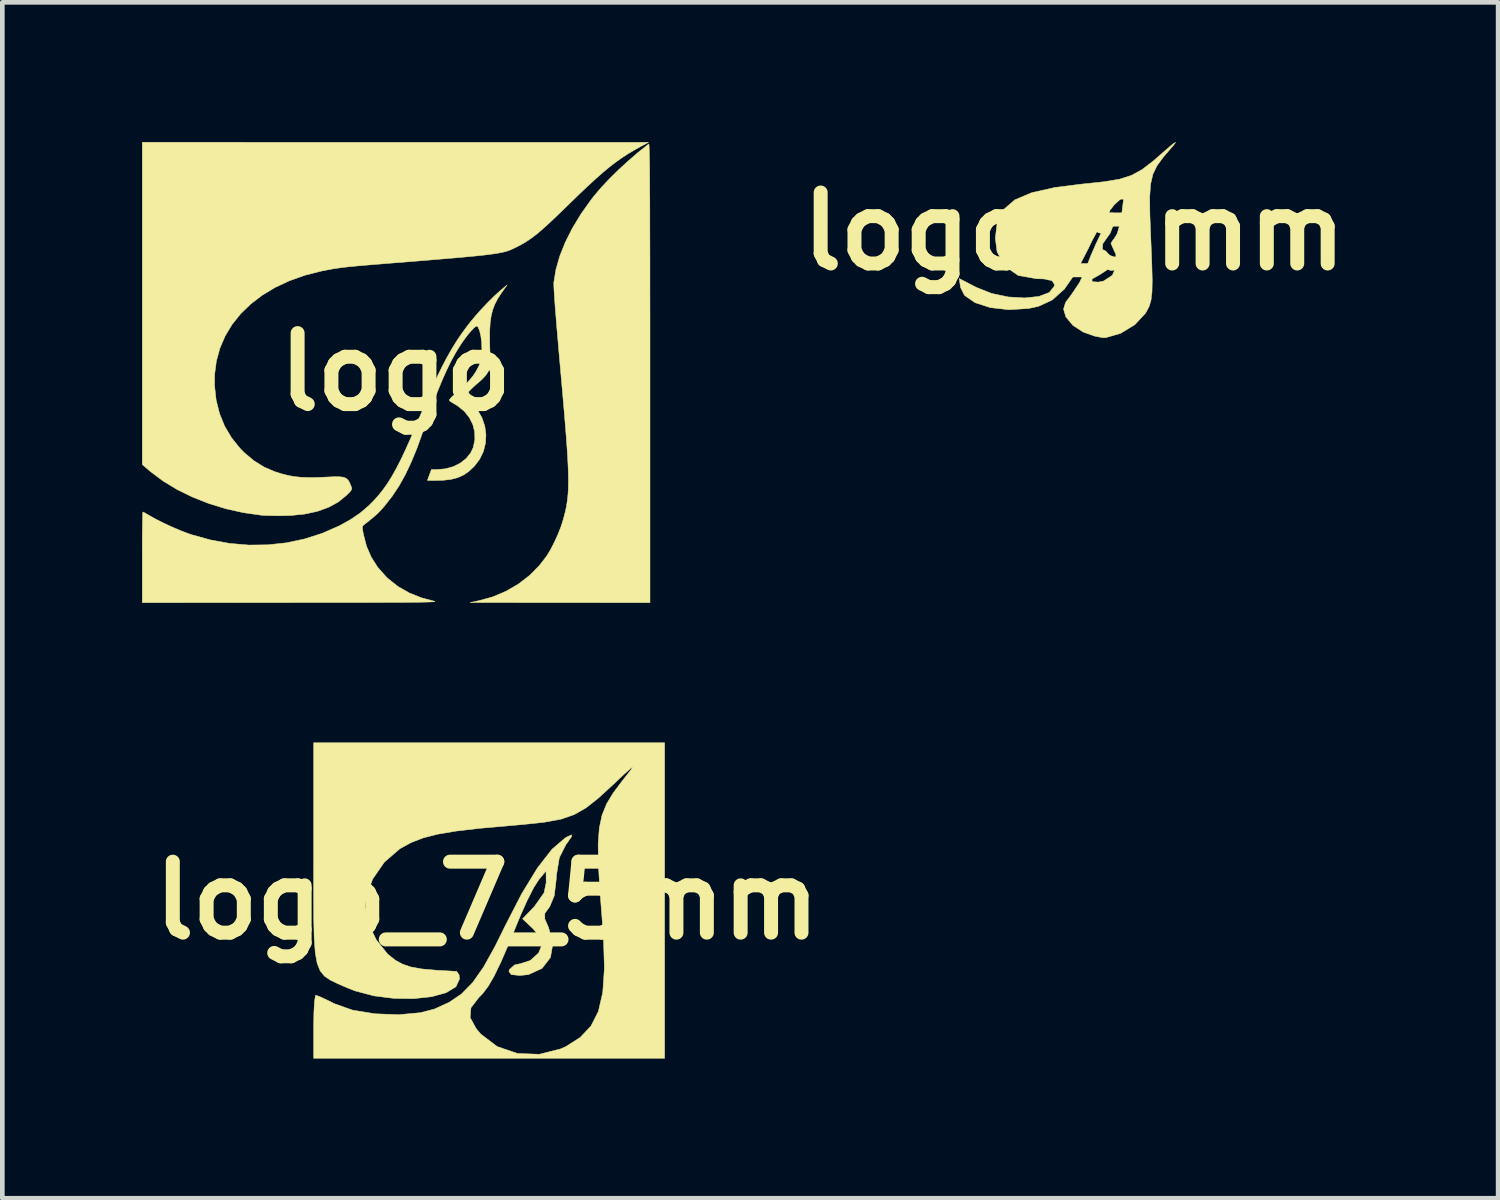
<source format=kicad_pcb>
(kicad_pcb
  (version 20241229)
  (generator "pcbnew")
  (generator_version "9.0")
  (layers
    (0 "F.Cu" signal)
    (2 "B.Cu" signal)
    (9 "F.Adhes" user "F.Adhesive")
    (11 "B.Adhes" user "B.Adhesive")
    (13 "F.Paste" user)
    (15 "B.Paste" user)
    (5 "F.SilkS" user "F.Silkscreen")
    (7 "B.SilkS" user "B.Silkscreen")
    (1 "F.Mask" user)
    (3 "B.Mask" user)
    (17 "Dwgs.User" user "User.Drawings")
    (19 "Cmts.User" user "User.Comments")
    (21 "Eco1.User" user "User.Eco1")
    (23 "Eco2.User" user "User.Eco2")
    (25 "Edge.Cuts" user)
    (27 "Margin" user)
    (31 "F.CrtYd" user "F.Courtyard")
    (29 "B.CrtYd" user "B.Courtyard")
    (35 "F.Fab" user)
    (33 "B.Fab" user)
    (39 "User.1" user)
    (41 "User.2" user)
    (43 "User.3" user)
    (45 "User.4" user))
  (footprint "logo_5mm"
    (layer "F.Cu")
    (at 20.014 1.918)
    (property "Reference" "logo_5mm" (at 0 0 0) (layer "F.SilkS") (effects (font (size 1.524 1.524) (thickness 0.3))))
    (attr through_hole)
    (fp_poly (pts (xy 2.124 -1.838) (xy 2.106 -1.818) (xy 1.916 -1.597) (xy 1.779 -1.411) (xy 1.69 -1.227) (xy 1.64 -1.011) (xy 1.621 -0.729) (xy 1.626 -0.347) (xy 1.646 0.169) (xy 1.647 0.189) (xy 1.667 0.688) (xy 1.676 1.048) (xy 1.671 1.301) (xy 1.65 1.477) (xy 1.611 1.608) (xy 1.551 1.724) (xy 1.527 1.762) (xy 1.302 2.004) (xy 0.997 2.19) (xy 0.684 2.28) (xy 0.617 2.283) (xy 0.437 2.248) (xy 0.206 2.167) (xy 0.191 2.16) (xy -0.027 2.018) (xy -0.177 1.838) (xy -0.181 1.829) (xy -0.228 1.669) (xy -0.185 1.526) (xy -0.061 1.361) (xy 0.116 1.097) (xy 0.252 0.803) (xy 0.258 0.785) (xy 0.347 0.546) (xy 0.466 0.272) (xy 0.594 0.005) (xy 0.709 -0.21) (xy 0.789 -0.328) (xy 0.806 -0.339) (xy 0.85 -0.274) (xy 0.836 -0.125) (xy 0.775 0.037) (xy 0.72 0.115) (xy 0.612 0.269) (xy 0.606 0.388) (xy 0.677 0.423) (xy 0.741 0.496) (xy 0.762 0.637) (xy 0.703 0.83) (xy 0.539 0.936) (xy 0.385 1.021) (xy 0.384 1.08) (xy 0.518 1.089) (xy 0.63 1.067) (xy 0.819 0.944) (xy 0.913 0.73) (xy 0.893 0.487) (xy 0.851 0.399) (xy 0.789 0.255) (xy 0.845 0.17) (xy 0.853 0.165) (xy 0.924 0.049) (xy 0.989 -0.176) (xy 1.015 -0.332) (xy 1.07 -0.763) (xy 0.862 -0.572) (xy 0.736 -0.413) (xy 0.57 -0.143) (xy 0.389 0.191) (xy 0.295 0.386) (xy 0.037 0.884) (xy -0.21 1.239) (xy -0.471 1.473) (xy -0.767 1.61) (xy -0.979 1.656) (xy -1.408 1.682) (xy -1.803 1.636) (xy -2.13 1.53) (xy -2.355 1.373) (xy -2.44 1.204) (xy -2.468 1.012) (xy -2.107 1.2) (xy -1.774 1.332) (xy -1.414 1.408) (xy -1.063 1.429) (xy -0.758 1.397) (xy -0.534 1.312) (xy -0.427 1.177) (xy -0.423 1.14) (xy -0.476 1.058) (xy -0.652 1.021) (xy -0.811 1.016) (xy -1.201 0.947) (xy -1.487 0.749) (xy -1.655 0.439) (xy -1.693 0.145) (xy -1.652 -0.197) (xy -1.518 -0.467) (xy -1.276 -0.676) (xy -0.911 -0.831) (xy -0.408 -0.944) (xy 0.175 -1.017) (xy 0.634 -1.065) (xy 0.969 -1.12) (xy 1.229 -1.202) (xy 1.459 -1.328) (xy 1.705 -1.517) (xy 1.94 -1.723) (xy 2.116 -1.874) (xy 2.179 -1.913) (xy 2.124 -1.838)) (stroke (width 0.01) (type solid)) (fill yes) (layer "F.SilkS")))
  (footprint "logo_7_5mm"
    (layer "F.Cu")
    (at 7.41 16.286)
    (property "Reference" "logo_7_5mm" (at 0 0 0) (layer "F.SilkS") (effects (font (size 1.524 1.524) (thickness 0.3))))
    (attr through_hole)
    (fp_poly (pts (xy 3.81 3.387) (xy -3.725 3.387) (xy -3.725 2.709) (xy -3.72 2.395) (xy -3.706 2.158) (xy -3.686 2.039) (xy -3.68 2.032) (xy -3.584 2.068) (xy -3.392 2.158) (xy -3.277 2.216) (xy -2.892 2.352) (xy -2.411 2.431) (xy -1.901 2.451) (xy -1.427 2.407) (xy -1.132 2.329) (xy -0.816 2.185) (xy -0.549 2.004) (xy -0.31 1.76) (xy -0.076 1.426) (xy 0.173 0.977) (xy 0.383 0.551) (xy 0.742 -0.147) (xy 1.08 -0.7) (xy 1.392 -1.101) (xy 1.675 -1.344) (xy 1.709 -1.363) (xy 1.811 -1.411) (xy 1.816 -1.378) (xy 1.721 -1.241) (xy 1.69 -1.199) (xy 1.55 -0.922) (xy 1.489 -0.553) (xy 1.485 -0.474) (xy 1.441 -0.104) (xy 1.342 0.134) (xy 1.327 0.153) (xy 1.238 0.275) (xy 1.238 0.395) (xy 1.318 0.579) (xy 1.412 0.92) (xy 1.359 1.223) (xy 1.178 1.457) (xy 0.887 1.59) (xy 0.703 1.609) (xy 0.517 1.59) (xy 0.467 1.522) (xy 0.477 1.482) (xy 0.591 1.381) (xy 0.716 1.355) (xy 0.927 1.287) (xy 1.105 1.125) (xy 1.185 0.928) (xy 1.185 0.918) (xy 1.128 0.778) (xy 0.987 0.606) (xy 0.972 0.592) (xy 0.76 0.392) (xy 1.015 0.128) (xy 1.222 -0.167) (xy 1.267 -0.385) (xy 1.264 -0.635) (xy 1.106 -0.445) (xy 1 -0.278) (xy 0.861 -0.005) (xy 0.715 0.322) (xy 0.682 0.401) (xy 0.463 0.934) (xy 0.29 1.333) (xy 0.148 1.625) (xy 0.025 1.837) (xy -0.093 1.994) (xy -0.183 2.087) (xy -0.348 2.302) (xy -0.366 2.512) (xy -0.235 2.751) (xy -0.138 2.866) (xy 0.216 3.135) (xy 0.649 3.283) (xy 1.12 3.301) (xy 1.584 3.183) (xy 1.69 3.135) (xy 1.998 2.939) (xy 2.229 2.694) (xy 2.388 2.38) (xy 2.482 1.974) (xy 2.517 1.457) (xy 2.498 0.808) (xy 2.472 0.447) (xy 2.419 -0.241) (xy 2.388 -0.786) (xy 2.383 -1.215) (xy 2.408 -1.556) (xy 2.467 -1.834) (xy 2.565 -2.076) (xy 2.705 -2.308) (xy 2.891 -2.557) (xy 2.939 -2.618) (xy 3.076 -2.792) (xy 3.128 -2.868) (xy 3.085 -2.842) (xy 2.938 -2.71) (xy 2.704 -2.489) (xy 2.389 -2.2) (xy 2.124 -1.991) (xy 1.869 -1.845) (xy 1.585 -1.747) (xy 1.23 -1.682) (xy 0.766 -1.632) (xy 0.498 -1.609) (xy -0.153 -1.551) (xy -0.663 -1.492) (xy -1.061 -1.425) (xy -1.374 -1.345) (xy -1.632 -1.245) (xy -1.861 -1.12) (xy -1.882 -1.106) (xy -2.207 -0.825) (xy -2.458 -0.462) (xy -2.603 -0.072) (xy -2.625 0.127) (xy -2.557 0.477) (xy -2.382 0.841) (xy -2.136 1.15) (xy -1.972 1.281) (xy -1.814 1.366) (xy -1.639 1.426) (xy -1.408 1.468) (xy -1.084 1.497) (xy -0.656 1.521) (xy -0.603 1.594) (xy -0.593 1.684) (xy -0.67 1.851) (xy -0.881 1.979) (xy -1.194 2.065) (xy -1.578 2.106) (xy -2 2.101) (xy -2.43 2.047) (xy -2.836 1.94) (xy -3.003 1.874) (xy -3.208 1.785) (xy -3.37 1.707) (xy -3.494 1.622) (xy -3.586 1.509) (xy -3.65 1.348) (xy -3.691 1.119) (xy -3.714 0.804) (xy -3.724 0.382) (xy -3.726 -0.167) (xy -3.725 -0.862) (xy -3.725 -0.987) (xy -3.725 -3.387) (xy 3.81 -3.387) (xy 3.81 3.387)) (stroke (width 0.01) (type solid)) (fill yes) (layer "F.SilkS")))
  (footprint "logo"
    (layer "F.Cu")
    (at 5.445 4.937)
    (property "Reference" "logo" (at 0 0 0) (layer "F.SilkS") (effects (font (size 1.524 1.524) (thickness 0.3))))
    (attr through_hole)
    (fp_poly (pts (xy 5.438 -4.891) (xy 5.44 -4.87) (xy 5.443 -4.832) (xy 5.445 -4.776) (xy 5.447 -4.7) (xy 5.449 -4.602) (xy 5.451 -4.483) (xy 5.453 -4.339) (xy 5.454 -4.17) (xy 5.455 -3.974) (xy 5.457 -3.751) (xy 5.458 -3.497) (xy 5.458 -3.214) (xy 5.459 -2.898) (xy 5.46 -2.548) (xy 5.46 -2.164) (xy 5.46 -1.744) (xy 5.461 -1.286) (xy 5.461 -0.789) (xy 5.461 -0.251) (xy 5.461 0.019) (xy 5.461 4.953) (xy 3.53 4.952) (xy 1.598 4.95) (xy 1.789 4.91) (xy 2.088 4.827) (xy 2.371 4.707) (xy 2.634 4.554) (xy 2.873 4.37) (xy 3.085 4.157) (xy 3.24 3.956) (xy 3.321 3.824) (xy 3.403 3.665) (xy 3.481 3.496) (xy 3.547 3.329) (xy 3.587 3.207) (xy 3.615 3.107) (xy 3.64 3.011) (xy 3.661 2.916) (xy 3.678 2.82) (xy 3.692 2.719) (xy 3.702 2.612) (xy 3.708 2.494) (xy 3.71 2.364) (xy 3.709 2.218) (xy 3.704 2.053) (xy 3.695 1.867) (xy 3.682 1.657) (xy 3.665 1.42) (xy 3.644 1.152) (xy 3.619 0.852) (xy 3.59 0.517) (xy 3.557 0.143) (xy 3.547 0.032) (xy 3.514 -0.337) (xy 3.486 -0.664) (xy 3.461 -0.952) (xy 3.441 -1.201) (xy 3.424 -1.411) (xy 3.412 -1.585) (xy 3.403 -1.723) (xy 3.398 -1.826) (xy 3.396 -1.896) (xy 3.397 -1.926) (xy 3.442 -2.201) (xy 3.524 -2.488) (xy 3.642 -2.784) (xy 3.794 -3.086) (xy 3.978 -3.39) (xy 4.193 -3.693) (xy 4.268 -3.789) (xy 4.413 -3.959) (xy 4.587 -4.144) (xy 4.781 -4.336) (xy 4.989 -4.527) (xy 5.202 -4.711) (xy 5.413 -4.879) (xy 5.435 -4.896) (xy 5.438 -4.891)) (stroke (width 0.01) (type solid)) (fill yes) (layer "F.SilkS"))
    (fp_poly (pts (xy -0.005 -4.931) (xy 5.429 -4.931) (xy 5.255 -4.838) (xy 5.116 -4.76) (xy 4.984 -4.682) (xy 4.856 -4.598) (xy 4.727 -4.506) (xy 4.594 -4.404) (xy 4.453 -4.287) (xy 4.3 -4.152) (xy 4.131 -3.997) (xy 3.943 -3.819) (xy 3.731 -3.613) (xy 3.651 -3.535) (xy 3.472 -3.362) (xy 3.318 -3.216) (xy 3.184 -3.094) (xy 3.067 -2.992) (xy 2.96 -2.907) (xy 2.861 -2.836) (xy 2.765 -2.775) (xy 2.668 -2.72) (xy 2.607 -2.689) (xy 2.561 -2.666) (xy 2.517 -2.645) (xy 2.474 -2.626) (xy 2.43 -2.608) (xy 2.381 -2.592) (xy 2.325 -2.577) (xy 2.261 -2.563) (xy 2.185 -2.549) (xy 2.096 -2.535) (xy 1.99 -2.521) (xy 1.867 -2.506) (xy 1.722 -2.491) (xy 1.554 -2.475) (xy 1.36 -2.457) (xy 1.139 -2.438) (xy 0.887 -2.417) (xy 0.602 -2.393) (xy 0.282 -2.367) (xy -0.075 -2.339) (xy -0.455 -2.308) (xy -0.671 -2.29) (xy -0.852 -2.274) (xy -1.005 -2.259) (xy -1.136 -2.244) (xy -1.254 -2.228) (xy -1.365 -2.211) (xy -1.475 -2.19) (xy -1.593 -2.167) (xy -1.951 -2.076) (xy -2.283 -1.958) (xy -2.588 -1.815) (xy -2.865 -1.648) (xy -3.112 -1.459) (xy -3.328 -1.25) (xy -3.511 -1.021) (xy -3.66 -0.774) (xy -3.773 -0.511) (xy -3.849 -0.234) (xy -3.887 0.056) (xy -3.888 0.296) (xy -3.854 0.603) (xy -3.782 0.891) (xy -3.673 1.16) (xy -3.526 1.409) (xy -3.344 1.637) (xy -3.254 1.729) (xy -3.044 1.905) (xy -2.822 2.043) (xy -2.593 2.141) (xy -2.446 2.187) (xy -2.309 2.222) (xy -2.171 2.247) (xy -2.025 2.261) (xy -1.863 2.267) (xy -1.676 2.265) (xy -1.459 2.255) (xy -1.314 2.249) (xy -1.204 2.25) (xy -1.123 2.259) (xy -1.065 2.282) (xy -1.022 2.319) (xy -0.989 2.374) (xy -0.958 2.449) (xy -0.952 2.464) (xy -0.943 2.496) (xy -0.946 2.523) (xy -0.966 2.555) (xy -1.007 2.6) (xy -1.063 2.655) (xy -1.237 2.795) (xy -1.444 2.907) (xy -1.683 2.993) (xy -1.954 3.051) (xy -2.256 3.082) (xy -2.511 3.087) (xy -2.625 3.085) (xy -2.73 3.083) (xy -2.816 3.08) (xy -2.872 3.077) (xy -2.879 3.076) (xy -3.262 3.022) (xy -3.641 2.938) (xy -4.009 2.825) (xy -4.361 2.686) (xy -4.692 2.524) (xy -4.995 2.34) (xy -5.266 2.137) (xy -5.281 2.124) (xy -5.44 1.988) (xy -5.44 -4.932) (xy -0.005 -4.931)) (stroke (width 0.01) (type solid)) (fill yes) (layer "F.SilkS"))
    (fp_poly (pts (xy 2.278 -1.707) (xy 2.197 -1.584) (xy 2.133 -1.463) (xy 2.084 -1.337) (xy 2.05 -1.2) (xy 2.029 -1.045) (xy 2.019 -0.865) (xy 2.019 -0.653) (xy 2.022 -0.535) (xy 2.027 -0.389) (xy 2.029 -0.279) (xy 2.029 -0.198) (xy 2.027 -0.139) (xy 2.021 -0.095) (xy 2.011 -0.06) (xy 1.998 -0.027) (xy 1.989 -0.01) (xy 1.942 0.063) (xy 1.872 0.141) (xy 1.824 0.186) (xy 1.709 0.285) (xy 1.617 0.371) (xy 1.55 0.442) (xy 1.511 0.493) (xy 1.503 0.516) (xy 1.517 0.546) (xy 1.556 0.595) (xy 1.612 0.653) (xy 1.631 0.671) (xy 1.76 0.819) (xy 1.854 0.984) (xy 1.914 1.161) (xy 1.939 1.345) (xy 1.929 1.529) (xy 1.884 1.707) (xy 1.803 1.875) (xy 1.689 2.024) (xy 1.578 2.129) (xy 1.463 2.209) (xy 1.337 2.267) (xy 1.193 2.305) (xy 1.025 2.325) (xy 0.824 2.33) (xy 0.791 2.33) (xy 0.682 2.328) (xy 0.725 2.212) (xy 0.768 2.095) (xy 0.88 2.095) (xy 1.066 2.079) (xy 1.237 2.032) (xy 1.388 1.957) (xy 1.515 1.857) (xy 1.612 1.736) (xy 1.665 1.624) (xy 1.701 1.457) (xy 1.698 1.29) (xy 1.657 1.128) (xy 1.581 0.977) (xy 1.472 0.842) (xy 1.332 0.728) (xy 1.281 0.697) (xy 1.218 0.659) (xy 1.171 0.628) (xy 1.152 0.611) (xy 1.16 0.588) (xy 1.194 0.547) (xy 1.241 0.502) (xy 1.384 0.375) (xy 1.498 0.267) (xy 1.588 0.173) (xy 1.659 0.088) (xy 1.715 0.005) (xy 1.762 -0.08) (xy 1.764 -0.083) (xy 1.802 -0.162) (xy 1.828 -0.222) (xy 1.842 -0.277) (xy 1.85 -0.338) (xy 1.852 -0.419) (xy 1.852 -0.496) (xy 1.846 -0.643) (xy 1.829 -0.775) (xy 1.803 -0.884) (xy 1.77 -0.961) (xy 1.753 -0.984) (xy 1.728 -0.982) (xy 1.684 -0.949) (xy 1.626 -0.889) (xy 1.557 -0.808) (xy 1.482 -0.71) (xy 1.405 -0.6) (xy 1.396 -0.586) (xy 1.295 -0.424) (xy 1.195 -0.243) (xy 1.095 -0.039) (xy 0.993 0.19) (xy 0.887 0.449) (xy 0.776 0.74) (xy 0.659 1.068) (xy 0.582 1.291) (xy 0.46 1.632) (xy 0.335 1.935) (xy 0.207 2.205) (xy 0.072 2.447) (xy -0.073 2.666) (xy -0.229 2.865) (xy -0.253 2.894) (xy -0.319 2.968) (xy -0.383 3.033) (xy -0.454 3.098) (xy -0.539 3.169) (xy -0.648 3.255) (xy -0.682 3.282) (xy -0.702 3.3) (xy -0.713 3.322) (xy -0.713 3.357) (xy -0.705 3.416) (xy -0.692 3.484) (xy -0.625 3.742) (xy -0.523 3.977) (xy -0.385 4.193) (xy -0.208 4.393) (xy -0.165 4.435) (xy 0.048 4.604) (xy 0.289 4.743) (xy 0.559 4.85) (xy 0.815 4.918) (xy 0.832 4.922) (xy 0.84 4.926) (xy 0.837 4.93) (xy 0.821 4.933) (xy 0.791 4.936) (xy 0.744 4.938) (xy 0.679 4.94) (xy 0.594 4.942) (xy 0.487 4.944) (xy 0.357 4.945) (xy 0.2 4.947) (xy 0.017 4.948) (xy -0.197 4.948) (xy -0.441 4.949) (xy -0.718 4.95) (xy -1.03 4.95) (xy -1.378 4.951) (xy -1.765 4.951) (xy -2.193 4.951) (xy -2.238 4.951) (xy -5.44 4.953) (xy -5.44 3.979) (xy -5.44 3.781) (xy -5.439 3.596) (xy -5.438 3.429) (xy -5.436 3.284) (xy -5.434 3.165) (xy -5.432 3.076) (xy -5.429 3.022) (xy -5.427 3.006) (xy -5.403 3.016) (xy -5.355 3.043) (xy -5.292 3.08) (xy -5.152 3.159) (xy -4.984 3.243) (xy -4.803 3.327) (xy -4.621 3.405) (xy -4.452 3.469) (xy -4.386 3.492) (xy -3.976 3.606) (xy -3.564 3.681) (xy -3.153 3.716) (xy -2.746 3.711) (xy -2.346 3.668) (xy -1.955 3.585) (xy -1.577 3.464) (xy -1.213 3.304) (xy -1.2 3.298) (xy -0.964 3.166) (xy -0.758 3.025) (xy -0.573 2.867) (xy -0.46 2.753) (xy -0.36 2.64) (xy -0.265 2.52) (xy -0.172 2.388) (xy -0.08 2.24) (xy 0.014 2.073) (xy 0.111 1.883) (xy 0.214 1.665) (xy 0.325 1.417) (xy 0.445 1.134) (xy 0.508 0.984) (xy 0.642 0.665) (xy 0.765 0.381) (xy 0.88 0.128) (xy 0.989 -0.097) (xy 1.095 -0.3) (xy 1.2 -0.486) (xy 1.306 -0.658) (xy 1.416 -0.821) (xy 1.532 -0.979) (xy 1.616 -1.087) (xy 1.728 -1.221) (xy 1.857 -1.364) (xy 1.993 -1.507) (xy 2.127 -1.638) (xy 2.249 -1.749) (xy 2.282 -1.776) (xy 2.394 -1.869) (xy 2.278 -1.707)) (stroke (width 0.01) (type solid)) (fill yes) (layer "F.SilkS")))
  (gr_rect
    (start -3 -3)
    (end 29.117 22.678)
    (stroke (width 0.1) (type default))
    (fill no)
    (layer "Edge.Cuts")))
</source>
